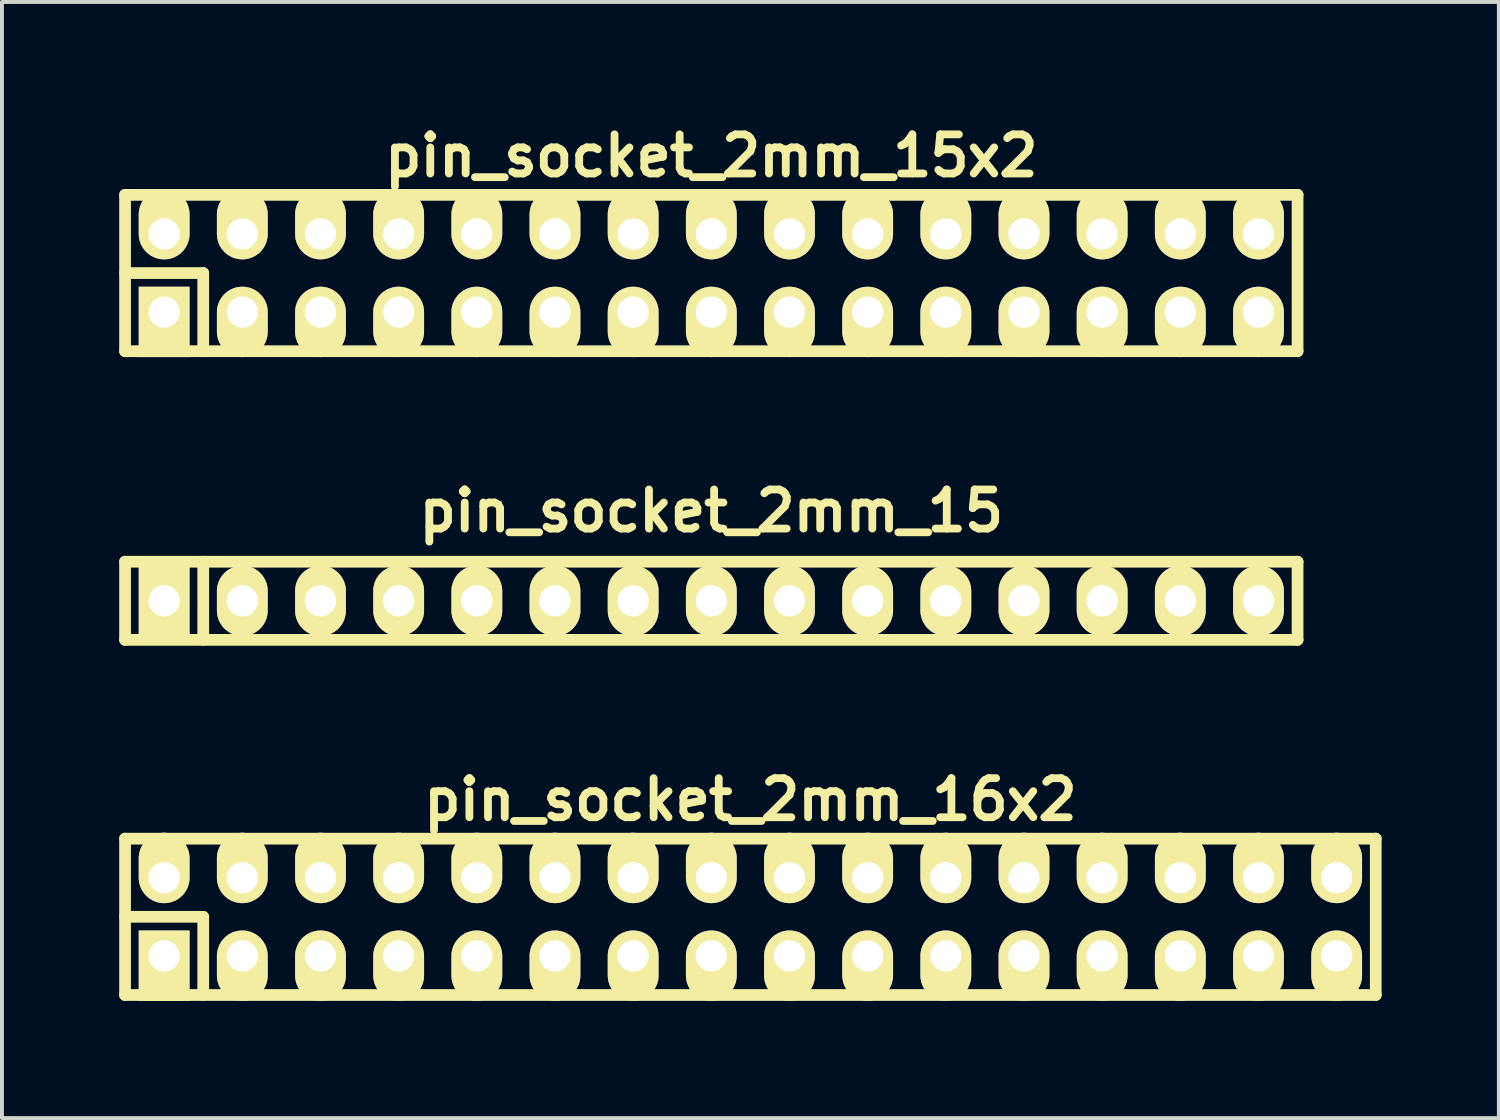
<source format=kicad_pcb>
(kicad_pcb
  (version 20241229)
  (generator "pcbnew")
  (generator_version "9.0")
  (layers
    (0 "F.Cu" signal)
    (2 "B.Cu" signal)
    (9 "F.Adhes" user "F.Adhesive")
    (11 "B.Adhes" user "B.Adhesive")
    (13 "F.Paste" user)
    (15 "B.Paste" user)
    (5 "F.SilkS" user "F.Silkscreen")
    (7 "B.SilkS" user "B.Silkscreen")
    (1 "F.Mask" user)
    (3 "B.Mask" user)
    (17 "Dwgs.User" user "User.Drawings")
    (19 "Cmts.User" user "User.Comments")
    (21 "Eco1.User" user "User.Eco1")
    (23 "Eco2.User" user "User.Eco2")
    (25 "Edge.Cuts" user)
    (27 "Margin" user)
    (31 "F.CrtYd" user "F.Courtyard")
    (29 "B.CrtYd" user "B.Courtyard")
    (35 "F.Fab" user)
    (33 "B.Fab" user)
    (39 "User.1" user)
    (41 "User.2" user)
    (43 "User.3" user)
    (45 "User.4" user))
  (footprint "pin_socket_2mm_15"
    (layer "F.Cu")
    (at 15.15 12.322)
    (property "Reference" "pin_socket_2mm_15" (at 0 -2.3 0) (layer "F.SilkS") (effects (font (size 1 1) (thickness 0.2))))
    (attr through_hole)
    (fp_line (start -15 -1) (end 15 -1) (stroke (width 0.3) (type solid)) (layer "F.SilkS"))
    (fp_line (start -15 1) (end -15 -1) (stroke (width 0.3) (type solid)) (layer "F.SilkS"))
    (fp_line (start -13 -1) (end -13 1) (stroke (width 0.3) (type solid)) (layer "F.SilkS"))
    (fp_line (start 15 -1) (end 15 1) (stroke (width 0.3) (type solid)) (layer "F.SilkS"))
    (fp_line (start 15 1) (end -15 1) (stroke (width 0.3) (type solid)) (layer "F.SilkS"))
    (pad "1" thru_hole rect (at -14 0) (size 1.3 1.8) (drill 0.8) (layers "*.Cu" "*.Mask" "F.SilkS"))
    (pad "2" thru_hole oval (at -12 0) (size 1.3 1.8) (drill 0.8) (layers "*.Cu" "*.Mask" "F.SilkS"))
    (pad "3" thru_hole oval (at -10 0) (size 1.3 1.8) (drill 0.8) (layers "*.Cu" "*.Mask" "F.SilkS"))
    (pad "4" thru_hole oval (at -8 0) (size 1.3 1.8) (drill 0.8) (layers "*.Cu" "*.Mask" "F.SilkS"))
    (pad "5" thru_hole oval (at -6 0) (size 1.3 1.8) (drill 0.8) (layers "*.Cu" "*.Mask" "F.SilkS"))
    (pad "6" thru_hole oval (at -4 0) (size 1.3 1.8) (drill 0.8) (layers "*.Cu" "*.Mask" "F.SilkS"))
    (pad "7" thru_hole oval (at -2 0) (size 1.3 1.8) (drill 0.8) (layers "*.Cu" "*.Mask" "F.SilkS"))
    (pad "8" thru_hole oval (at 0 0) (size 1.3 1.8) (drill 0.8) (layers "*.Cu" "*.Mask" "F.SilkS"))
    (pad "9" thru_hole oval (at 2 0) (size 1.3 1.8) (drill 0.8) (layers "*.Cu" "*.Mask" "F.SilkS"))
    (pad "10" thru_hole oval (at 4 0) (size 1.3 1.8) (drill 0.8) (layers "*.Cu" "*.Mask" "F.SilkS"))
    (pad "11" thru_hole oval (at 6 0) (size 1.3 1.8) (drill 0.8) (layers "*.Cu" "*.Mask" "F.SilkS"))
    (pad "12" thru_hole oval (at 8 0) (size 1.3 1.8) (drill 0.8) (layers "*.Cu" "*.Mask" "F.SilkS"))
    (pad "13" thru_hole oval (at 10 0) (size 1.3 1.8) (drill 0.8) (layers "*.Cu" "*.Mask" "F.SilkS"))
    (pad "14" thru_hole oval (at 12 0) (size 1.3 1.8) (drill 0.8) (layers "*.Cu" "*.Mask" "F.SilkS"))
    (pad "15" thru_hole oval (at 14 0) (size 1.3 1.8) (drill 0.8) (layers "*.Cu" "*.Mask" "F.SilkS")))
  (footprint "pin_socket_2mm_15x2"
    (layer "F.Cu")
    (at 15.15 3.936)
    (property "Reference" "pin_socket_2mm_15x2" (at 0 -3 0) (layer "F.SilkS") (effects (font (size 1 1) (thickness 0.2))))
    (attr through_hole)
    (fp_line (start -15 -2) (end 15 -2) (stroke (width 0.3) (type solid)) (layer "F.SilkS"))
    (fp_line (start -15 0) (end -13 0) (stroke (width 0.3) (type solid)) (layer "F.SilkS"))
    (fp_line (start -15 2) (end -15 -2) (stroke (width 0.3) (type solid)) (layer "F.SilkS"))
    (fp_line (start -13 0) (end -13 2) (stroke (width 0.3) (type solid)) (layer "F.SilkS"))
    (fp_line (start 15 -2) (end 15 2) (stroke (width 0.3) (type solid)) (layer "F.SilkS"))
    (fp_line (start 15 2) (end -15 2) (stroke (width 0.3) (type solid)) (layer "F.SilkS"))
    (pad "1" thru_hole rect (at -14 1) (size 1.3 1.8) (drill 0.8 (offset 0 0.25)) (layers "*.Cu" "*.Mask" "F.SilkS"))
    (pad "2" thru_hole oval (at -14 -1) (size 1.3 1.8) (drill 0.8 (offset 0 -0.25)) (layers "*.Cu" "*.Mask" "F.SilkS"))
    (pad "3" thru_hole oval (at -12 1) (size 1.3 1.8) (drill 0.8 (offset 0 0.25)) (layers "*.Cu" "*.Mask" "F.SilkS"))
    (pad "4" thru_hole oval (at -12 -1) (size 1.3 1.8) (drill 0.8 (offset 0 -0.25)) (layers "*.Cu" "*.Mask" "F.SilkS"))
    (pad "5" thru_hole oval (at -10 1) (size 1.3 1.8) (drill 0.8 (offset 0 0.25)) (layers "*.Cu" "*.Mask" "F.SilkS"))
    (pad "6" thru_hole oval (at -10 -1) (size 1.3 1.8) (drill 0.8 (offset 0 -0.25)) (layers "*.Cu" "*.Mask" "F.SilkS"))
    (pad "7" thru_hole oval (at -8 1) (size 1.3 1.8) (drill 0.8 (offset 0 0.25)) (layers "*.Cu" "*.Mask" "F.SilkS"))
    (pad "8" thru_hole oval (at -8 -1) (size 1.3 1.8) (drill 0.8 (offset 0 -0.25)) (layers "*.Cu" "*.Mask" "F.SilkS"))
    (pad "9" thru_hole oval (at -6 1) (size 1.3 1.8) (drill 0.8 (offset 0 0.25)) (layers "*.Cu" "*.Mask" "F.SilkS"))
    (pad "10" thru_hole oval (at -6 -1) (size 1.3 1.8) (drill 0.8 (offset 0 -0.25)) (layers "*.Cu" "*.Mask" "F.SilkS"))
    (pad "11" thru_hole oval (at -4 1) (size 1.3 1.8) (drill 0.8 (offset 0 0.25)) (layers "*.Cu" "*.Mask" "F.SilkS"))
    (pad "12" thru_hole oval (at -4 -1) (size 1.3 1.8) (drill 0.8 (offset 0 -0.25)) (layers "*.Cu" "*.Mask" "F.SilkS"))
    (pad "13" thru_hole oval (at -2 1) (size 1.3 1.8) (drill 0.8 (offset 0 0.25)) (layers "*.Cu" "*.Mask" "F.SilkS"))
    (pad "14" thru_hole oval (at -2 -1) (size 1.3 1.8) (drill 0.8 (offset 0 -0.25)) (layers "*.Cu" "*.Mask" "F.SilkS"))
    (pad "15" thru_hole oval (at 0 1) (size 1.3 1.8) (drill 0.8 (offset 0 0.25)) (layers "*.Cu" "*.Mask" "F.SilkS"))
    (pad "16" thru_hole oval (at 0 -1) (size 1.3 1.8) (drill 0.8 (offset 0 -0.25)) (layers "*.Cu" "*.Mask" "F.SilkS"))
    (pad "17" thru_hole oval (at 2 1) (size 1.3 1.8) (drill 0.8 (offset 0 0.25)) (layers "*.Cu" "*.Mask" "F.SilkS"))
    (pad "18" thru_hole oval (at 2 -1) (size 1.3 1.8) (drill 0.8 (offset 0 -0.25)) (layers "*.Cu" "*.Mask" "F.SilkS"))
    (pad "19" thru_hole oval (at 4 1) (size 1.3 1.8) (drill 0.8 (offset 0 0.25)) (layers "*.Cu" "*.Mask" "F.SilkS"))
    (pad "20" thru_hole oval (at 4 -1) (size 1.3 1.8) (drill 0.8 (offset 0 -0.25)) (layers "*.Cu" "*.Mask" "F.SilkS"))
    (pad "21" thru_hole oval (at 6 1) (size 1.3 1.8) (drill 0.8 (offset 0 0.25)) (layers "*.Cu" "*.Mask" "F.SilkS"))
    (pad "22" thru_hole oval (at 6 -1) (size 1.3 1.8) (drill 0.8 (offset 0 -0.25)) (layers "*.Cu" "*.Mask" "F.SilkS"))
    (pad "23" thru_hole oval (at 8 1) (size 1.3 1.8) (drill 0.8 (offset 0 0.25)) (layers "*.Cu" "*.Mask" "F.SilkS"))
    (pad "24" thru_hole oval (at 8 -1) (size 1.3 1.8) (drill 0.8 (offset 0 -0.25)) (layers "*.Cu" "*.Mask" "F.SilkS"))
    (pad "25" thru_hole oval (at 10 1) (size 1.3 1.8) (drill 0.8 (offset 0 0.25)) (layers "*.Cu" "*.Mask" "F.SilkS"))
    (pad "26" thru_hole oval (at 10 -1) (size 1.3 1.8) (drill 0.8 (offset 0 -0.25)) (layers "*.Cu" "*.Mask" "F.SilkS"))
    (pad "27" thru_hole oval (at 12 1) (size 1.3 1.8) (drill 0.8 (offset 0 0.25)) (layers "*.Cu" "*.Mask" "F.SilkS"))
    (pad "28" thru_hole oval (at 12 -1) (size 1.3 1.8) (drill 0.8 (offset 0 -0.25)) (layers "*.Cu" "*.Mask" "F.SilkS"))
    (pad "29" thru_hole oval (at 14 1) (size 1.3 1.8) (drill 0.8 (offset 0 0.25)) (layers "*.Cu" "*.Mask" "F.SilkS"))
    (pad "30" thru_hole oval (at 14 -1) (size 1.3 1.8) (drill 0.8 (offset 0 -0.25)) (layers "*.Cu" "*.Mask" "F.SilkS")))
  (footprint "pin_socket_2mm_16x2"
    (layer "F.Cu")
    (at 16.15 20.408)
    (property "Reference" "pin_socket_2mm_16x2" (at 0 -3 0) (layer "F.SilkS") (effects (font (size 1 1) (thickness 0.2))))
    (attr through_hole)
    (fp_line (start -16 -2) (end 16 -2) (stroke (width 0.3) (type solid)) (layer "F.SilkS"))
    (fp_line (start -16 0) (end -14 0) (stroke (width 0.3) (type solid)) (layer "F.SilkS"))
    (fp_line (start -16 2) (end -16 -2) (stroke (width 0.3) (type solid)) (layer "F.SilkS"))
    (fp_line (start -14 0) (end -14 2) (stroke (width 0.3) (type solid)) (layer "F.SilkS"))
    (fp_line (start 16 -2) (end 16 2) (stroke (width 0.3) (type solid)) (layer "F.SilkS"))
    (fp_line (start 16 2) (end -16 2) (stroke (width 0.3) (type solid)) (layer "F.SilkS"))
    (pad "1" thru_hole rect (at -15 1) (size 1.3 1.8) (drill 0.8 (offset 0 0.25)) (layers "*.Cu" "*.Mask" "F.SilkS"))
    (pad "2" thru_hole oval (at -15 -1) (size 1.3 1.8) (drill 0.8 (offset 0 -0.25)) (layers "*.Cu" "*.Mask" "F.SilkS"))
    (pad "3" thru_hole oval (at -13 1) (size 1.3 1.8) (drill 0.8 (offset 0 0.25)) (layers "*.Cu" "*.Mask" "F.SilkS"))
    (pad "4" thru_hole oval (at -13 -1) (size 1.3 1.8) (drill 0.8 (offset 0 -0.25)) (layers "*.Cu" "*.Mask" "F.SilkS"))
    (pad "5" thru_hole oval (at -11 1) (size 1.3 1.8) (drill 0.8 (offset 0 0.25)) (layers "*.Cu" "*.Mask" "F.SilkS"))
    (pad "6" thru_hole oval (at -11 -1) (size 1.3 1.8) (drill 0.8 (offset 0 -0.25)) (layers "*.Cu" "*.Mask" "F.SilkS"))
    (pad "7" thru_hole oval (at -9 1) (size 1.3 1.8) (drill 0.8 (offset 0 0.25)) (layers "*.Cu" "*.Mask" "F.SilkS"))
    (pad "8" thru_hole oval (at -9 -1) (size 1.3 1.8) (drill 0.8 (offset 0 -0.25)) (layers "*.Cu" "*.Mask" "F.SilkS"))
    (pad "9" thru_hole oval (at -7 1) (size 1.3 1.8) (drill 0.8 (offset 0 0.25)) (layers "*.Cu" "*.Mask" "F.SilkS"))
    (pad "10" thru_hole oval (at -7 -1) (size 1.3 1.8) (drill 0.8 (offset 0 -0.25)) (layers "*.Cu" "*.Mask" "F.SilkS"))
    (pad "11" thru_hole oval (at -5 1) (size 1.3 1.8) (drill 0.8 (offset 0 0.25)) (layers "*.Cu" "*.Mask" "F.SilkS"))
    (pad "12" thru_hole oval (at -5 -1) (size 1.3 1.8) (drill 0.8 (offset 0 -0.25)) (layers "*.Cu" "*.Mask" "F.SilkS"))
    (pad "13" thru_hole oval (at -3 1) (size 1.3 1.8) (drill 0.8 (offset 0 0.25)) (layers "*.Cu" "*.Mask" "F.SilkS"))
    (pad "14" thru_hole oval (at -3 -1) (size 1.3 1.8) (drill 0.8 (offset 0 -0.25)) (layers "*.Cu" "*.Mask" "F.SilkS"))
    (pad "15" thru_hole oval (at -1 1) (size 1.3 1.8) (drill 0.8 (offset 0 0.25)) (layers "*.Cu" "*.Mask" "F.SilkS"))
    (pad "16" thru_hole oval (at -1 -1) (size 1.3 1.8) (drill 0.8 (offset 0 -0.25)) (layers "*.Cu" "*.Mask" "F.SilkS"))
    (pad "17" thru_hole oval (at 1 1) (size 1.3 1.8) (drill 0.8 (offset 0 0.25)) (layers "*.Cu" "*.Mask" "F.SilkS"))
    (pad "18" thru_hole oval (at 1 -1) (size 1.3 1.8) (drill 0.8 (offset 0 -0.25)) (layers "*.Cu" "*.Mask" "F.SilkS"))
    (pad "19" thru_hole oval (at 3 1) (size 1.3 1.8) (drill 0.8 (offset 0 0.25)) (layers "*.Cu" "*.Mask" "F.SilkS"))
    (pad "20" thru_hole oval (at 3 -1) (size 1.3 1.8) (drill 0.8 (offset 0 -0.25)) (layers "*.Cu" "*.Mask" "F.SilkS"))
    (pad "21" thru_hole oval (at 5 1) (size 1.3 1.8) (drill 0.8 (offset 0 0.25)) (layers "*.Cu" "*.Mask" "F.SilkS"))
    (pad "22" thru_hole oval (at 5 -1) (size 1.3 1.8) (drill 0.8 (offset 0 -0.25)) (layers "*.Cu" "*.Mask" "F.SilkS"))
    (pad "23" thru_hole oval (at 7 1) (size 1.3 1.8) (drill 0.8 (offset 0 0.25)) (layers "*.Cu" "*.Mask" "F.SilkS"))
    (pad "24" thru_hole oval (at 7 -1) (size 1.3 1.8) (drill 0.8 (offset 0 -0.25)) (layers "*.Cu" "*.Mask" "F.SilkS"))
    (pad "25" thru_hole oval (at 9 1) (size 1.3 1.8) (drill 0.8 (offset 0 0.25)) (layers "*.Cu" "*.Mask" "F.SilkS"))
    (pad "26" thru_hole oval (at 9 -1) (size 1.3 1.8) (drill 0.8 (offset 0 -0.25)) (layers "*.Cu" "*.Mask" "F.SilkS"))
    (pad "27" thru_hole oval (at 11 1) (size 1.3 1.8) (drill 0.8 (offset 0 0.25)) (layers "*.Cu" "*.Mask" "F.SilkS"))
    (pad "28" thru_hole oval (at 11 -1) (size 1.3 1.8) (drill 0.8 (offset 0 -0.25)) (layers "*.Cu" "*.Mask" "F.SilkS"))
    (pad "29" thru_hole oval (at 13 1) (size 1.3 1.8) (drill 0.8 (offset 0 0.25)) (layers "*.Cu" "*.Mask" "F.SilkS"))
    (pad "30" thru_hole oval (at 13 -1) (size 1.3 1.8) (drill 0.8 (offset 0 -0.25)) (layers "*.Cu" "*.Mask" "F.SilkS"))
    (pad "31" thru_hole oval (at 15 1) (size 1.3 1.8) (drill 0.8 (offset 0 0.25)) (layers "*.Cu" "*.Mask" "F.SilkS"))
    (pad "32" thru_hole oval (at 15 -1) (size 1.3 1.8) (drill 0.8 (offset 0 -0.25)) (layers "*.Cu" "*.Mask" "F.SilkS")))
  (gr_rect
    (start -3 -3)
    (end 35.3 25.558)
    (stroke (width 0.1) (type default))
    (fill no)
    (layer "Edge.Cuts")))
</source>
